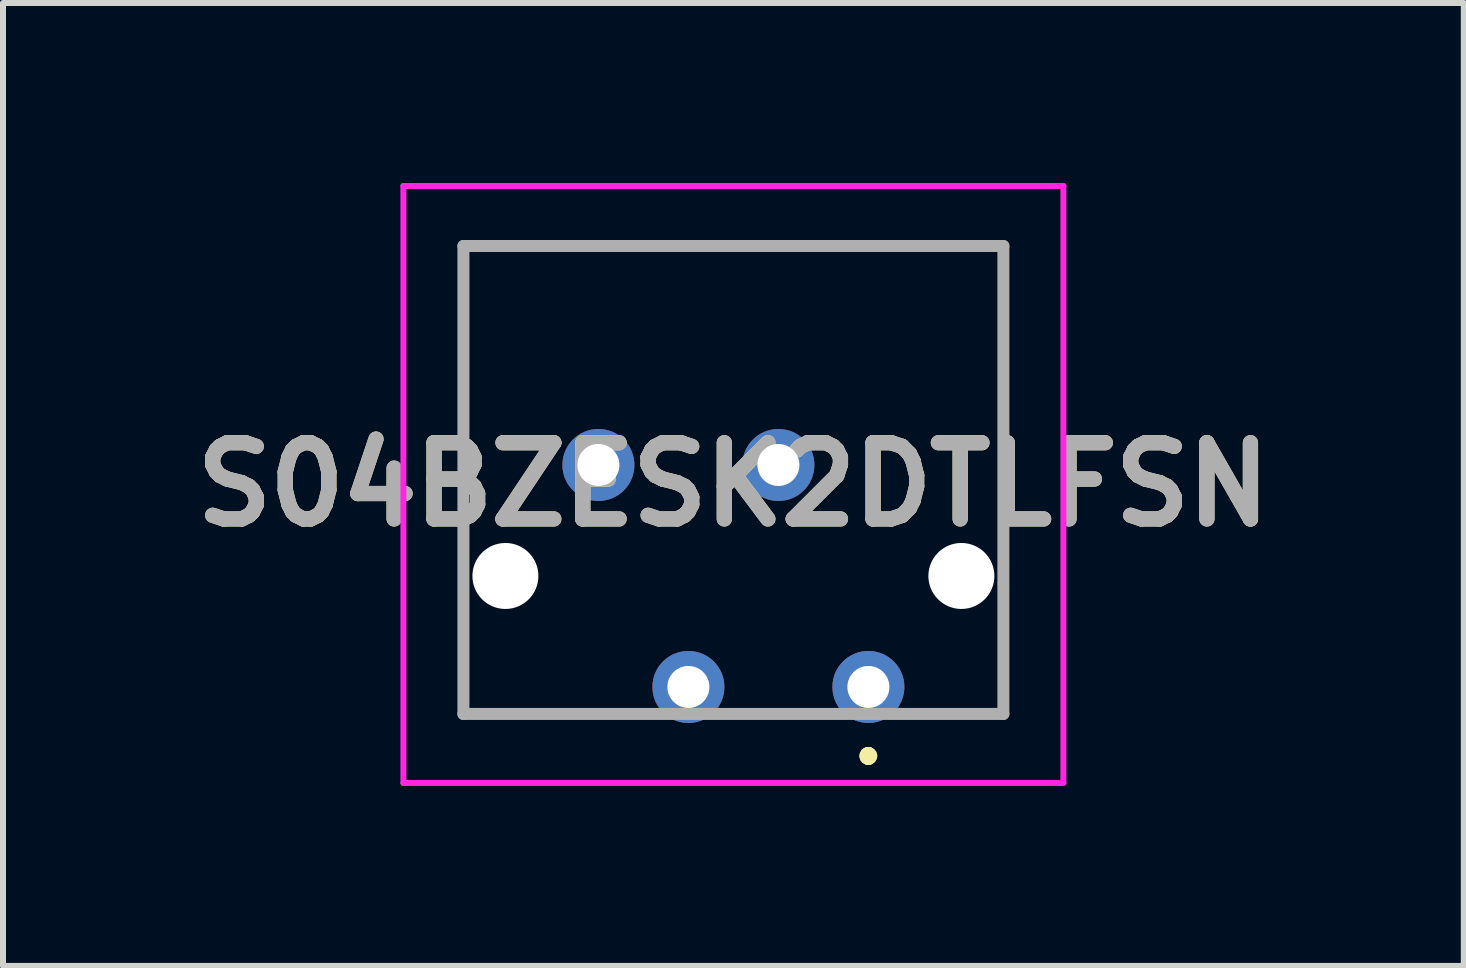
<source format=kicad_pcb>
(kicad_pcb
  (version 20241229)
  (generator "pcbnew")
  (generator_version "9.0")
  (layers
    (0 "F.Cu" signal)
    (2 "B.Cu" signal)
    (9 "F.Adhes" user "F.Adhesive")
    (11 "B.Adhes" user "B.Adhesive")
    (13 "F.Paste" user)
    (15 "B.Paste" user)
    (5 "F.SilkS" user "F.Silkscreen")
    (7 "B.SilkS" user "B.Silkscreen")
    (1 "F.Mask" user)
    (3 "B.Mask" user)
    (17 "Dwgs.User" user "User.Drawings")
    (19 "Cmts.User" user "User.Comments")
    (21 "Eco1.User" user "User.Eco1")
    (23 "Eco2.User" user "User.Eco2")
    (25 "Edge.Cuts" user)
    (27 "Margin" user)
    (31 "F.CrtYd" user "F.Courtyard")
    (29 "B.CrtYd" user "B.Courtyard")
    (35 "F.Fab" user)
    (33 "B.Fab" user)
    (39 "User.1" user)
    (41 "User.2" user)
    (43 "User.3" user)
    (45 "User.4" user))
  (footprint "S04BZESK2DTLFSN"
    (layer "F.Cu")
    (at 11.424 8.4)
    (property "Reference" "S04BZESK2DTLFSN" (at -2.25 -3.375 0) (layer "F.SilkS") (effects (font (size 1.27 1.27) (thickness 0.254))))
    (attr through_hole)
    (fp_line (start -6.75 -7.35) (end -6.75 -7.35) (stroke (width 0.1) (type solid)) (layer "F.SilkS"))
    (fp_line (start -6.75 -7.35) (end -6.75 -7.35) (stroke (width 0.1) (type solid)) (layer "F.SilkS"))
    (fp_line (start -6.75 -7.35) (end -6.75 -2.45) (stroke (width 0.1) (type solid)) (layer "F.SilkS"))
    (fp_line (start -6.75 -7.35) (end 2.25 -7.35) (stroke (width 0.1) (type solid)) (layer "F.SilkS"))
    (fp_line (start -6.75 -2.45) (end -6.75 -7.35) (stroke (width 0.1) (type solid)) (layer "F.SilkS"))
    (fp_line (start -6.75 -2.45) (end -6.75 -2.45) (stroke (width 0.1) (type solid)) (layer "F.SilkS"))
    (fp_line (start -6.75 -1.2) (end -6.75 -1.2) (stroke (width 0.1) (type solid)) (layer "F.SilkS"))
    (fp_line (start -6.75 -1.2) (end -6.75 0.45) (stroke (width 0.1) (type solid)) (layer "F.SilkS"))
    (fp_line (start -6.75 0.45) (end -6.75 -1.2) (stroke (width 0.1) (type solid)) (layer "F.SilkS"))
    (fp_line (start -6.75 0.45) (end -6.75 0.45) (stroke (width 0.1) (type solid)) (layer "F.SilkS"))
    (fp_line (start -6.75 0.45) (end -6.75 0.45) (stroke (width 0.1) (type solid)) (layer "F.SilkS"))
    (fp_line (start -6.75 0.45) (end -4.25 0.45) (stroke (width 0.1) (type solid)) (layer "F.SilkS"))
    (fp_line (start -4.25 0.45) (end -6.75 0.45) (stroke (width 0.1) (type solid)) (layer "F.SilkS"))
    (fp_line (start -4.25 0.45) (end -4.25 0.45) (stroke (width 0.1) (type solid)) (layer "F.SilkS"))
    (fp_line (start -2 0.45) (end -2 0.45) (stroke (width 0.1) (type solid)) (layer "F.SilkS"))
    (fp_line (start -2 0.45) (end -1.25 0.45) (stroke (width 0.1) (type solid)) (layer "F.SilkS"))
    (fp_line (start -1.25 0.45) (end -2 0.45) (stroke (width 0.1) (type solid)) (layer "F.SilkS"))
    (fp_line (start -1.25 0.45) (end -1.25 0.45) (stroke (width 0.1) (type solid)) (layer "F.SilkS"))
    (fp_line (start 0 1.1) (end 0 1.1) (stroke (width 0.2) (type solid)) (layer "F.SilkS"))
    (fp_line (start 0 1.1) (end 0 1.1) (stroke (width 0.2) (type solid)) (layer "F.SilkS"))
    (fp_line (start 0 1.2) (end 0 1.2) (stroke (width 0.2) (type solid)) (layer "F.SilkS"))
    (fp_line (start 1.25 0.45) (end 1.25 0.45) (stroke (width 0.1) (type solid)) (layer "F.SilkS"))
    (fp_line (start 1.25 0.45) (end 2.25 0.45) (stroke (width 0.1) (type solid)) (layer "F.SilkS"))
    (fp_line (start 2.25 -7.35) (end -6.75 -7.35) (stroke (width 0.1) (type solid)) (layer "F.SilkS"))
    (fp_line (start 2.25 -7.35) (end 2.25 -7.35) (stroke (width 0.1) (type solid)) (layer "F.SilkS"))
    (fp_line (start 2.25 -7.35) (end 2.25 -7.35) (stroke (width 0.1) (type solid)) (layer "F.SilkS"))
    (fp_line (start 2.25 -7.35) (end 2.25 -2.45) (stroke (width 0.1) (type solid)) (layer "F.SilkS"))
    (fp_line (start 2.25 -2.45) (end 2.25 -7.35) (stroke (width 0.1) (type solid)) (layer "F.SilkS"))
    (fp_line (start 2.25 -2.45) (end 2.25 -2.45) (stroke (width 0.1) (type solid)) (layer "F.SilkS"))
    (fp_line (start 2.25 -1.2) (end 2.25 -1.2) (stroke (width 0.1) (type solid)) (layer "F.SilkS"))
    (fp_line (start 2.25 -1.2) (end 2.25 0.45) (stroke (width 0.1) (type solid)) (layer "F.SilkS"))
    (fp_line (start 2.25 0.45) (end 1.25 0.45) (stroke (width 0.1) (type solid)) (layer "F.SilkS"))
    (fp_line (start 2.25 0.45) (end 2.25 -1.2) (stroke (width 0.1) (type solid)) (layer "F.SilkS"))
    (fp_line (start 2.25 0.45) (end 2.25 0.45) (stroke (width 0.1) (type solid)) (layer "F.SilkS"))
    (fp_line (start 2.25 0.45) (end 2.25 0.45) (stroke (width 0.1) (type solid)) (layer "F.SilkS"))
    (fp_arc (start 0 1.1) (mid 0.05 1.15) (end 0 1.2) (stroke (width 0.2) (type solid)) (layer "F.SilkS"))
    (fp_arc (start 0 1.2) (mid -0.05 1.15) (end 0 1.1) (stroke (width 0.2) (type solid)) (layer "F.SilkS"))
    (fp_arc (start 0 1.2) (mid -0.05 1.15) (end 0 1.1) (stroke (width 0.2) (type solid)) (layer "F.SilkS"))
    (fp_line (start -7.75 -8.35) (end 3.25 -8.35) (stroke (width 0.1) (type solid)) (layer "F.CrtYd"))
    (fp_line (start -7.75 1.6) (end -7.75 -8.35) (stroke (width 0.1) (type solid)) (layer "F.CrtYd"))
    (fp_line (start 3.25 -8.35) (end 3.25 1.6) (stroke (width 0.1) (type solid)) (layer "F.CrtYd"))
    (fp_line (start 3.25 1.6) (end -7.75 1.6) (stroke (width 0.1) (type solid)) (layer "F.CrtYd"))
    (fp_line (start -6.75 -7.35) (end -6.75 0.45) (stroke (width 0.2) (type solid)) (layer "F.Fab"))
    (fp_line (start -6.75 0.45) (end 2.25 0.45) (stroke (width 0.2) (type solid)) (layer "F.Fab"))
    (fp_line (start 2.25 -7.35) (end -6.75 -7.35) (stroke (width 0.2) (type solid)) (layer "F.Fab"))
    (fp_line (start 2.25 0.45) (end 2.25 -7.35) (stroke (width 0.2) (type solid)) (layer "F.Fab"))
    (fp_text user "${REFERENCE}" (at -2.25 -3.375 0) (layer "F.Fab") (effects (font (size 1.27 1.27) (thickness 0.254))))
    (pad "" np_thru_hole circle (at -6.05 -1.85) (size 1.1 1.1) (drill 1.1) (layers "*.Cu" "*.Mask"))
    (pad "" np_thru_hole circle (at 1.55 -1.85) (size 1.1 1.1) (drill 1.1) (layers "*.Cu" "*.Mask"))
    (pad "1" thru_hole circle (at 0 0) (size 1.2 1.2) (drill 0.7) (layers "*.Cu" "*.Mask"))
    (pad "2" thru_hole circle (at -1.5 -3.7) (size 1.2 1.2) (drill 0.7) (layers "*.Cu" "*.Mask"))
    (pad "3" thru_hole circle (at -3 0) (size 1.2 1.2) (drill 0.7) (layers "*.Cu" "*.Mask"))
    (pad "4" thru_hole circle (at -4.5 -3.7) (size 1.2 1.2) (drill 0.7) (layers "*.Cu" "*.Mask")))
  (gr_rect
    (start -3 -3)
    (end 21.348 13.05)
    (stroke (width 0.1) (type default))
    (fill no)
    (layer "Edge.Cuts")))
</source>
